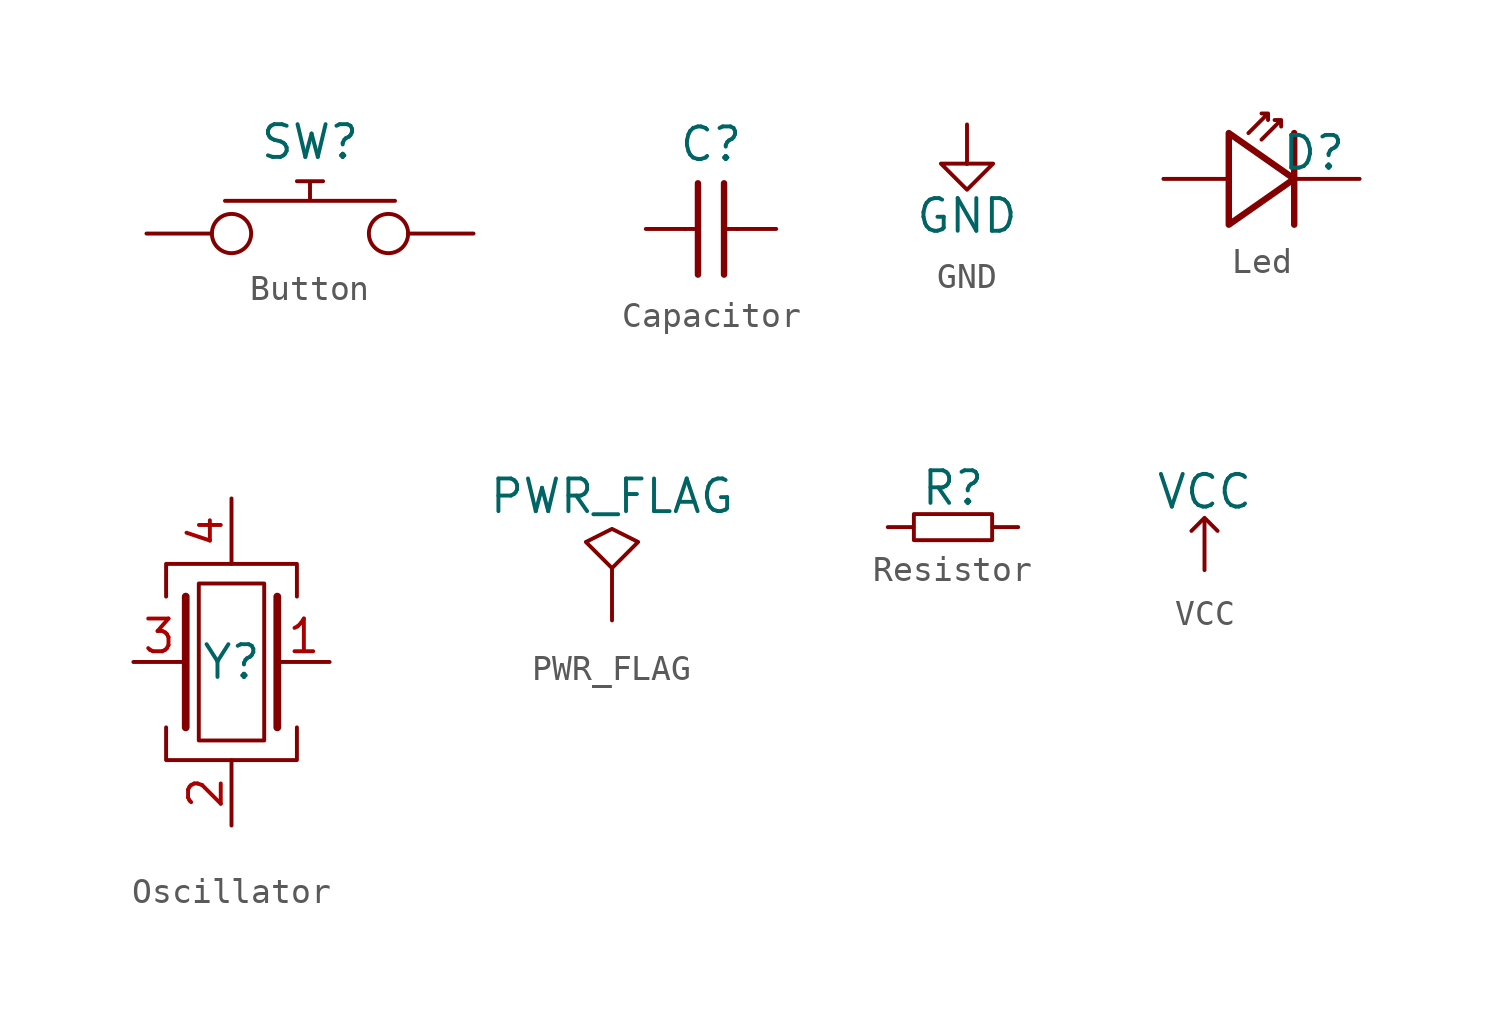
<source format=kicad_sym>
(kicad_symbol_lib
  (version 20241209)
  (generator "kicad_symbol_editor")
  (generator_version "9.0")
  (symbol "Button"
    (pin_names
      (offset 2))
    (property "Reference" "SW"
      (at 0 3.556 0)
      (effects (font (size 1.27 1.27))))
    (property "Value" ""
      (at 0 0 0)
      (effects (font (size 1.27 1.27))))
    (symbol "Button_1_1"
      (polyline (pts (xy -3.302 1.27) (xy 3.302 1.27) (xy 0 1.27) (xy 0 2.032) (xy 0.508 2.032) (xy -0.508 2.032)) (stroke (width 0) (type default)) (fill (type none)))
      (circle (center -3.048 0) (radius 0.762) (stroke (width 0) (type default)) (fill (type none)))
      (circle (center 3.048 0) (radius 0.762) (stroke (width 0) (type default)) (fill (type none)))
      (pin passive line (at -6.35 0 0) (length 2.54) (name "" (effects (font (size 1.27 1.27)))) (number "1" (effects (font (size 0 0)))))
      (pin passive line (at 6.35 0 180) (length 2.54) (name "" (effects (font (size 1.27 1.27)))) (number "2" (effects (font (size 0 0)))))))
  (symbol "Capacitor"
    (pin_names
      (offset 2))
    (property "Reference" "C"
      (at 0 3.302 0)
      (effects (font (size 1.27 1.27))))
    (property "Value" ""
      (at 0 0 0)
      (effects (font (size 1.27 1.27))))
    (symbol "Capacitor_1_1"
      (polyline (pts (xy -1.016 0) (xy -0.508 0)) (stroke (width 0) (type default)) (fill (type none)))
      (polyline (pts (xy -0.508 1.778) (xy -0.508 -1.778)) (stroke (width 0.25) (type solid)) (fill (type none)))
      (polyline (pts (xy 0.508 0) (xy 1.016 0)) (stroke (width 0) (type default)) (fill (type none)))
      (polyline (pts (xy 0.508 -1.778) (xy 0.508 1.778)) (stroke (width 0.25) (type solid)) (fill (type none)))
      (pin passive line (at -2.54 0 0) (length 1.54) (name "" (effects (font (size 1.27 1.27)))) (number "1" (effects (font (size 0 0)))))
      (pin passive line (at 2.54 0 180) (length 1.54) (name "" (effects (font (size 1.27 1.27)))) (number "2" (effects (font (size 0 0)))))))
  (symbol "GND"
    (power)
    (pin_numbers
      (hide yes))
    (pin_names
      (hide yes))
    (property "Reference" "#GND"
      (at 0 -2.286 0)
      (effects (font (size 1.27 1.27)) (hide yes)))
    (property "Value" "GND"
      (at 0 -2.286 0)
      (effects (font (size 1.27 1.27))))
    (symbol "GND_0_1"
      (polyline (pts (xy 1.016 -0.254) (xy -1.016 -0.254) (xy 0 -1.27) (xy 1.016 -0.254)) (stroke (width 0) (type default)) (fill (type none))))
    (symbol "GND_1_1"
      (pin power_in line (at 0 1.27 270) (length 1.54) (name "" (effects (font (size 1.27 1.27)))) (number "" (effects (font (size 1.27 1.27)))))))
  (symbol "Led"
    (pin_names
      (offset 2))
    (property "Reference" "D"
      (at 2.032 1.016 0)
      (effects (font (size 1.27 1.27))))
    (property "Value" ""
      (at 0 0 0)
      (effects (font (size 1.27 1.27))))
    (symbol "Led_1_1"
      (polyline (pts (xy -0.508 1.778) (xy 0.254 2.54) (xy 0.254 2.286) (xy 0.254 2.54) (xy 0 2.54)) (stroke (width 0) (type default)) (fill (type none)))
      (polyline (pts (xy 0 1.524) (xy 0.762 2.286) (xy 0.762 2.032) (xy 0.762 2.286) (xy 0.508 2.286)) (stroke (width 0) (type default)) (fill (type none)))
      (polyline (pts (xy 1.27 1.778) (xy 1.27 -1.778)) (stroke (width 0.25) (type default)) (fill (type none)))
      (polyline (pts (xy 1.27 0) (xy -1.27 1.778) (xy -1.27 -1.778) (xy 1.27 0)) (stroke (width 0.25) (type default)) (fill (type none)))
      (pin passive line (at -3.81 0 0) (length 2.54) (name "" (effects (font (size 1.27 1.27)))) (number "1" (effects (font (size 0 0)))))
      (pin passive line (at 3.81 0 180) (length 2.54) (name "" (effects (font (size 1.27 1.27)))) (number "2" (effects (font (size 0 0)))))))
  (symbol "Oscillator"
    (pin_names
      (offset 2))
    (property "Reference" "Y"
      (at 0 0 0)
      (effects (font (size 1.27 1.27))))
    (property "Value" ""
      (at 0 0 0)
      (effects (font (size 1.27 1.27))))
    (symbol "Oscillator_0_1"
      (polyline (pts (xy -2.54 -2.54) (xy -2.54 -3.81) (xy 2.54 -3.81) (xy 2.54 -2.54)) (stroke (width 0) (type default)) (fill (type none)))
      (rectangle (start 1.27 -3.048) (end -1.27 3.048) (stroke (width 0) (type default)) (fill (type none)))
      (polyline (pts (xy 2.54 2.54) (xy 2.54 3.81) (xy -2.54 3.81) (xy -2.54 2.54)) (stroke (width 0) (type default)) (fill (type none))))
    (symbol "Oscillator_1_1"
      (polyline (pts (xy -1.778 2.54) (xy -1.778 -2.54)) (stroke (width 0.3) (type default)) (fill (type none)))
      (polyline (pts (xy 1.778 -2.54) (xy 1.778 2.54)) (stroke (width 0.3) (type default)) (fill (type none)))
      (pin passive line (at -3.81 0 0) (length 2) (name "" (effects (font (size 1.27 1.27)))) (number "3" (effects (font (size 1.27 1.27)))))
      (pin passive line (at 0 6.35 270) (length 2.54) (name "" (effects (font (size 1.27 1.27)))) (number "4" (effects (font (size 1.27 1.27)))))
      (pin passive line (at 0 -6.35 90) (length 2.54) (name "" (effects (font (size 1.27 1.27)))) (number "2" (effects (font (size 1.27 1.27)))))
      (pin passive line (at 3.81 0 180) (length 2) (name "" (effects (font (size 1.27 1.27)))) (number "1" (effects (font (size 1.27 1.27)))))))
  (symbol "PWR_FLAG"
    (power)
    (pin_numbers
      (hide yes))
    (pin_names
      (hide yes))
    (property "Reference" "#PWR_FLAG"
      (at 0 3.556 0)
      (effects (font (size 1.27 1.27)) (hide yes)))
    (property "Value" "PWR_FLAG"
      (at 0 3.556 0)
      (effects (font (size 1.27 1.27))))
    (symbol "PWR_FLAG_0_1"
      (polyline (pts (xy 0 0.762) (xy 1.016 1.778) (xy 0 2.286) (xy -1.016 1.778) (xy 0 0.762)) (stroke (width 0) (type default)) (fill (type none))))
    (symbol "PWR_FLAG_1_1"
      (pin power_out line (at 0 -1.27 90) (length 2) (name "" (effects (font (size 1.27 1.27)))) (number "" (effects (font (size 1.27 1.27)))))))
  (symbol "Resistor"
    (pin_names
      (offset 2))
    (property "Reference" "R"
      (at 0 1.524 0)
      (effects (font (size 1.27 1.27))))
    (property "Value" ""
      (at 0 0 0)
      (effects (font (size 1.27 1.27))))
    (symbol "Resistor_0_1"
      (rectangle (start -1.524 0.508) (end 1.524 -0.508) (stroke (width 0) (type default)) (fill (type none))))
    (symbol "Resistor_1_1"
      (pin passive line (at -2.54 0 0) (length 1) (name "" (effects (font (size 1.27 1.27)))) (number "1" (effects (font (size 0 0)))))
      (pin passive line (at 2.54 0 180) (length 1) (name "" (effects (font (size 1.27 1.27)))) (number "2" (effects (font (size 0 0)))))))
  (symbol "VCC"
    (power)
    (pin_numbers
      (hide yes))
    (pin_names
      (hide yes))
    (property "Reference" "#VCC"
      (at 0 1.778 0)
      (effects (font (size 1.27 1.27)) (hide yes)))
    (property "Value" "VCC"
      (at 0 1.778 0)
      (effects (font (size 1.27 1.27))))
    (symbol "VCC_0_1"
      (polyline (pts (xy 0.508 0.254) (xy 0 0.762) (xy -0.508 0.254)) (stroke (width 0) (type default)) (fill (type none))))
    (symbol "VCC_1_1"
      (pin power_in line (at 0 -1.27 90) (length 2) (name "" (effects (font (size 1.27 1.27)))) (number "" (effects (font (size 1.27 1.27))))))))
</source>
